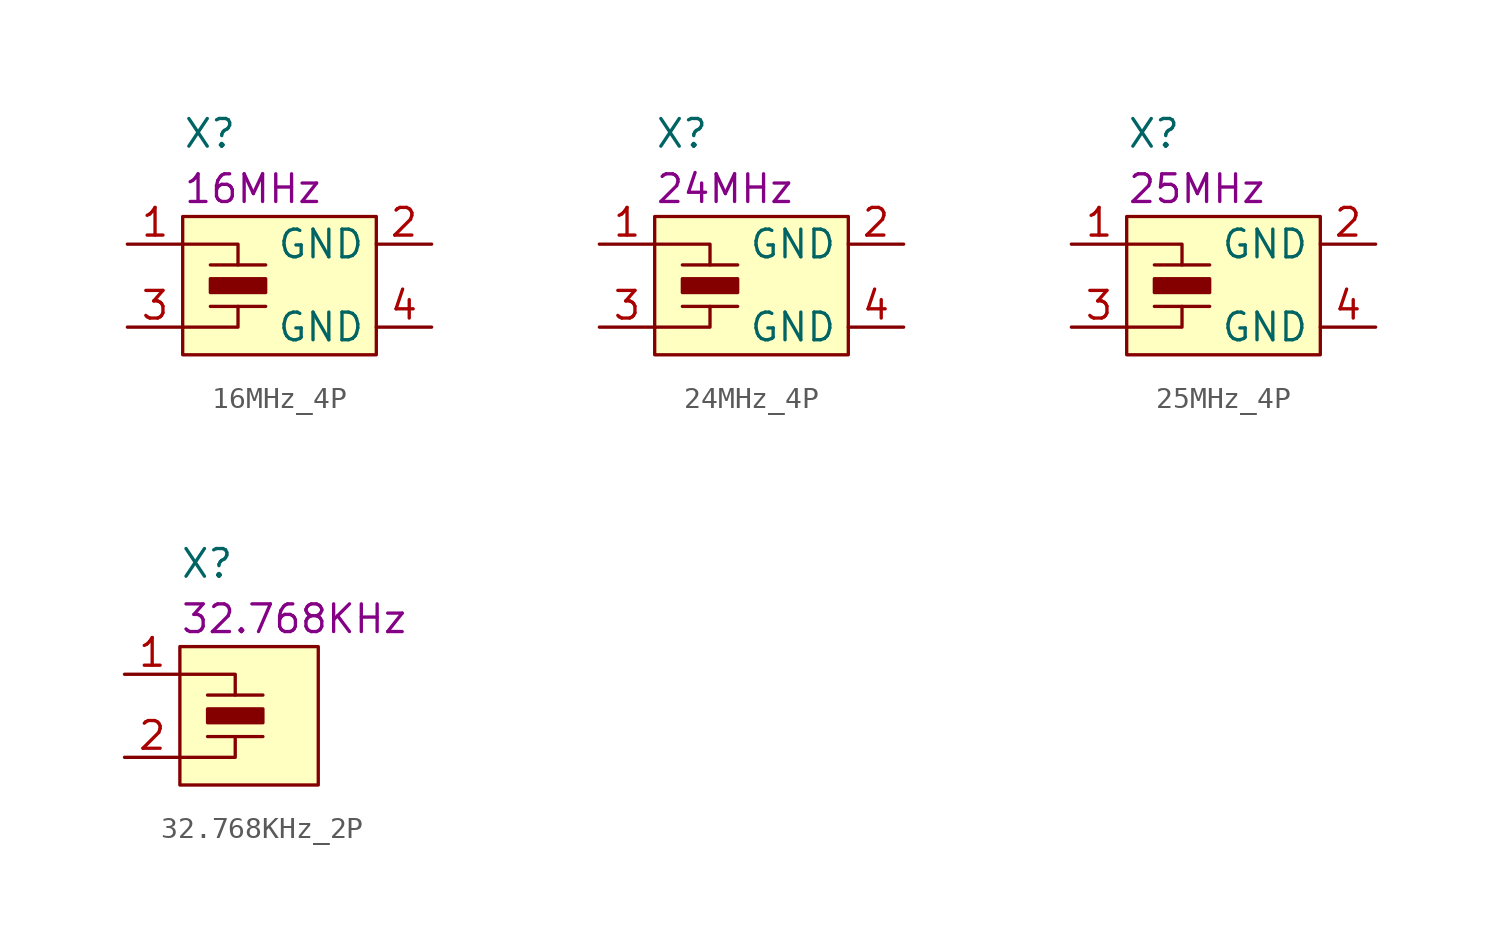
<source format=kicad_sym>
(kicad_symbol_lib
  (version 20211014)
  (generator kicad_symbol_editor)
  (symbol "16MHz_4P"
    (property "Reference" "X"
      (at 2.54 5.08 0)
      (effects (font (size 1.27 1.27)) (justify left)))
    (property "Freq" "16MHz"
      (at 2.54 2.54 0)
      (effects (font (size 1.27 1.27)) (justify left)))
    (symbol "16MHz_4P_0_1"
      (polyline (pts (xy 3.81 -2.857) (xy 6.35 -2.857)) (stroke (width 0) (type default) (color 0 0 0 0)) (fill (type none)))
      (polyline (pts (xy 3.81 -0.953) (xy 6.35 -0.953)) (stroke (width 0) (type default) (color 0 0 0 0)) (fill (type none)))
      (polyline (pts (xy 2.54 -3.81) (xy 5.08 -3.81) (xy 5.08 -2.857)) (stroke (width 0) (type default) (color 0 0 0 0)) (fill (type none)))
      (polyline (pts (xy 2.54 0) (xy 5.08 0) (xy 5.08 -0.953)) (stroke (width 0) (type default) (color 0 0 0 0)) (fill (type none)))
      (rectangle (start 2.54 1.27) (end 11.43 -5.08) (stroke (width 0) (type default) (color 0 0 0 0)) (fill (type background)))
      (rectangle (start 3.81 -1.587) (end 6.35 -2.223) (stroke (width 0) (type default) (color 0 0 0 0)) (fill (type outline))))
    (symbol "16MHz_4P_1_1"
      (pin passive line (at 0 0 0) (length 2.54) (name "~" (effects (font (size 1.27 1.27)))) (number "1" (effects (font (size 1.27 1.27)))))
      (pin passive line (at 13.97 0 180) (length 2.54) (name "GND" (effects (font (size 1.27 1.27)))) (number "2" (effects (font (size 1.27 1.27)))))
      (pin passive line (at 0 -3.81 0) (length 2.54) (name "~" (effects (font (size 1.27 1.27)))) (number "3" (effects (font (size 1.27 1.27)))))
      (pin passive line (at 13.97 -3.81 180) (length 2.54) (name "GND" (effects (font (size 1.27 1.27)))) (number "4" (effects (font (size 1.27 1.27)))))))
  (symbol "24MHz_4P"
    (property "Reference" "X"
      (at 2.54 5.08 0)
      (effects (font (size 1.27 1.27)) (justify left)))
    (property "Freq" "24MHz"
      (at 2.54 2.54 0)
      (effects (font (size 1.27 1.27)) (justify left)))
    (symbol "24MHz_4P_0_1"
      (polyline (pts (xy 3.81 -2.857) (xy 6.35 -2.857)) (stroke (width 0) (type default) (color 0 0 0 0)) (fill (type none)))
      (polyline (pts (xy 3.81 -0.953) (xy 6.35 -0.953)) (stroke (width 0) (type default) (color 0 0 0 0)) (fill (type none)))
      (polyline (pts (xy 2.54 -3.81) (xy 5.08 -3.81) (xy 5.08 -2.857)) (stroke (width 0) (type default) (color 0 0 0 0)) (fill (type none)))
      (polyline (pts (xy 2.54 0) (xy 5.08 0) (xy 5.08 -0.953)) (stroke (width 0) (type default) (color 0 0 0 0)) (fill (type none)))
      (rectangle (start 2.54 1.27) (end 11.43 -5.08) (stroke (width 0) (type default) (color 0 0 0 0)) (fill (type background)))
      (rectangle (start 3.81 -1.587) (end 6.35 -2.223) (stroke (width 0) (type default) (color 0 0 0 0)) (fill (type outline))))
    (symbol "24MHz_4P_1_1"
      (pin passive line (at 0 0 0) (length 2.54) (name "~" (effects (font (size 1.27 1.27)))) (number "1" (effects (font (size 1.27 1.27)))))
      (pin passive line (at 13.97 0 180) (length 2.54) (name "GND" (effects (font (size 1.27 1.27)))) (number "2" (effects (font (size 1.27 1.27)))))
      (pin passive line (at 0 -3.81 0) (length 2.54) (name "~" (effects (font (size 1.27 1.27)))) (number "3" (effects (font (size 1.27 1.27)))))
      (pin passive line (at 13.97 -3.81 180) (length 2.54) (name "GND" (effects (font (size 1.27 1.27)))) (number "4" (effects (font (size 1.27 1.27)))))))
  (symbol "25MHz_4P"
    (property "Reference" "X"
      (at 2.54 5.08 0)
      (effects (font (size 1.27 1.27)) (justify left)))
    (property "Freq" "25MHz"
      (at 2.54 2.54 0)
      (effects (font (size 1.27 1.27)) (justify left)))
    (symbol "25MHz_4P_0_1"
      (polyline (pts (xy 3.81 -2.857) (xy 6.35 -2.857)) (stroke (width 0) (type default) (color 0 0 0 0)) (fill (type none)))
      (polyline (pts (xy 3.81 -0.953) (xy 6.35 -0.953)) (stroke (width 0) (type default) (color 0 0 0 0)) (fill (type none)))
      (polyline (pts (xy 2.54 -3.81) (xy 5.08 -3.81) (xy 5.08 -2.857)) (stroke (width 0) (type default) (color 0 0 0 0)) (fill (type none)))
      (polyline (pts (xy 2.54 0) (xy 5.08 0) (xy 5.08 -0.953)) (stroke (width 0) (type default) (color 0 0 0 0)) (fill (type none)))
      (rectangle (start 2.54 1.27) (end 11.43 -5.08) (stroke (width 0) (type default) (color 0 0 0 0)) (fill (type background)))
      (rectangle (start 3.81 -1.587) (end 6.35 -2.223) (stroke (width 0) (type default) (color 0 0 0 0)) (fill (type outline))))
    (symbol "25MHz_4P_1_1"
      (pin passive line (at 0 0 0) (length 2.54) (name "~" (effects (font (size 1.27 1.27)))) (number "1" (effects (font (size 1.27 1.27)))))
      (pin passive line (at 13.97 0 180) (length 2.54) (name "GND" (effects (font (size 1.27 1.27)))) (number "2" (effects (font (size 1.27 1.27)))))
      (pin passive line (at 0 -3.81 0) (length 2.54) (name "~" (effects (font (size 1.27 1.27)))) (number "3" (effects (font (size 1.27 1.27)))))
      (pin passive line (at 13.97 -3.81 180) (length 2.54) (name "GND" (effects (font (size 1.27 1.27)))) (number "4" (effects (font (size 1.27 1.27)))))))
  (symbol "32.768KHz_2P"
    (property "Reference" "X"
      (at 2.54 5.08 0)
      (effects (font (size 1.27 1.27)) (justify left)))
    (property "Freq" "32.768KHz"
      (at 2.54 2.54 0)
      (effects (font (size 1.27 1.27)) (justify left)))
    (symbol "32.768KHz_2P_0_1"
      (polyline (pts (xy 3.81 -2.857) (xy 6.35 -2.857)) (stroke (width 0) (type default) (color 0 0 0 0)) (fill (type none)))
      (polyline (pts (xy 3.81 -0.953) (xy 6.35 -0.953)) (stroke (width 0) (type default) (color 0 0 0 0)) (fill (type none)))
      (polyline (pts (xy 2.54 -3.81) (xy 5.08 -3.81) (xy 5.08 -2.857)) (stroke (width 0) (type default) (color 0 0 0 0)) (fill (type none)))
      (polyline (pts (xy 2.54 0) (xy 5.08 0) (xy 5.08 -0.953)) (stroke (width 0) (type default) (color 0 0 0 0)) (fill (type none)))
      (rectangle (start 2.54 1.27) (end 8.89 -5.08) (stroke (width 0) (type default) (color 0 0 0 0)) (fill (type background)))
      (rectangle (start 3.81 -1.587) (end 6.35 -2.223) (stroke (width 0) (type default) (color 0 0 0 0)) (fill (type outline))))
    (symbol "32.768KHz_2P_1_1"
      (pin passive line (at 0 0 0) (length 2.54) (name "~" (effects (font (size 1.27 1.27)))) (number "1" (effects (font (size 1.27 1.27)))))
      (pin passive line (at 0 -3.81 0) (length 2.54) (name "~" (effects (font (size 1.27 1.27)))) (number "2" (effects (font (size 1.27 1.27))))))))
</source>
